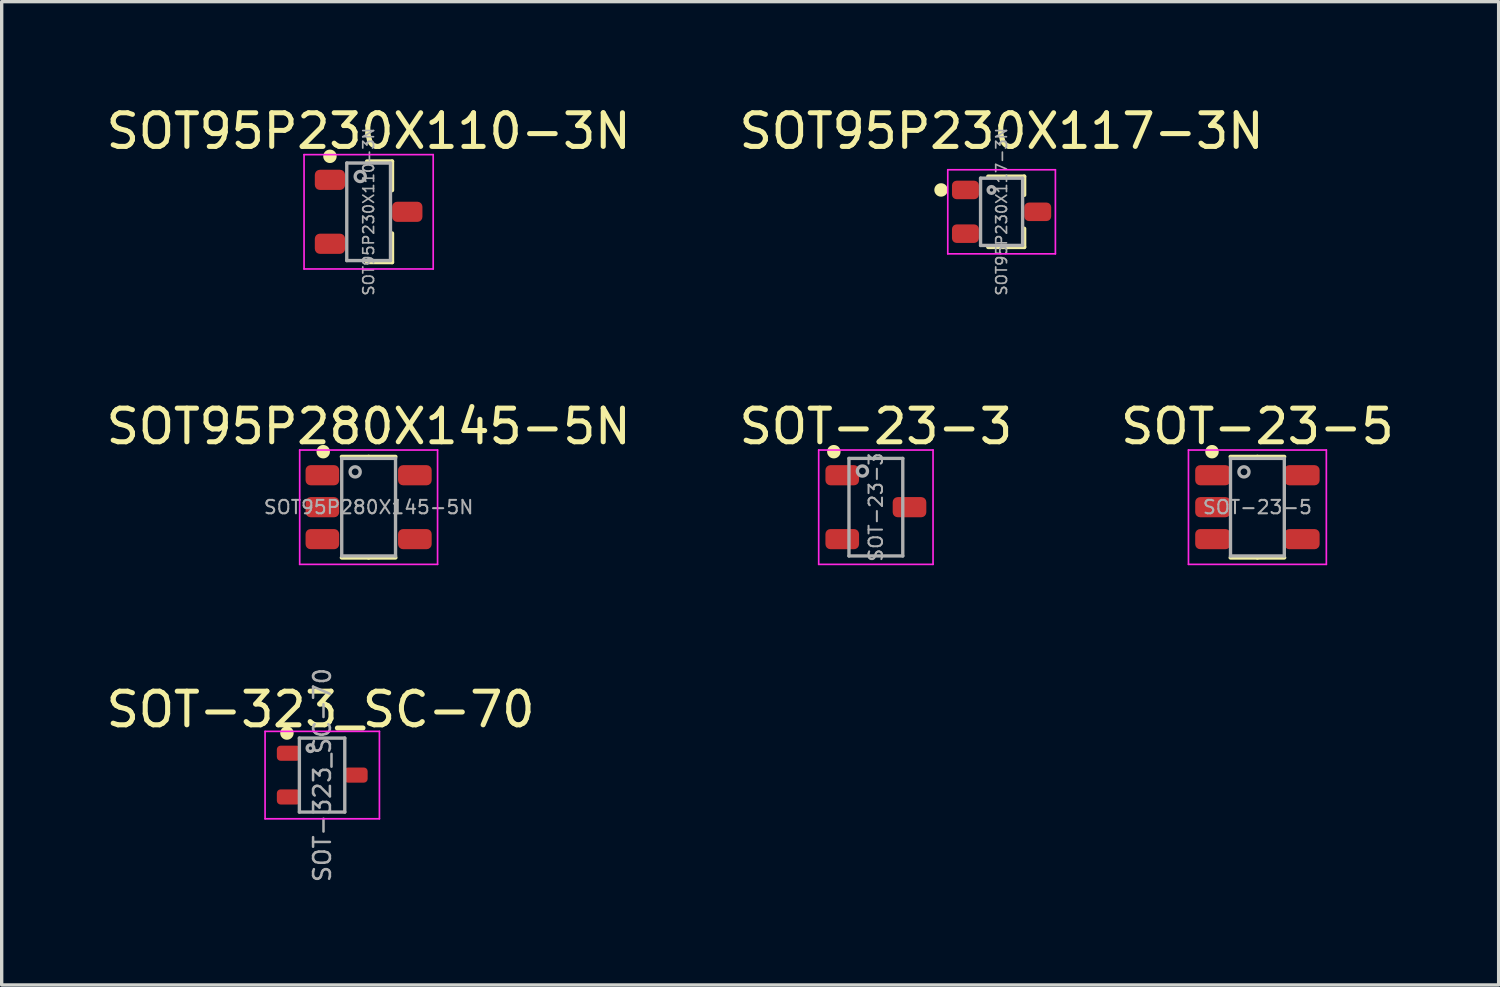
<source format=kicad_pcb>
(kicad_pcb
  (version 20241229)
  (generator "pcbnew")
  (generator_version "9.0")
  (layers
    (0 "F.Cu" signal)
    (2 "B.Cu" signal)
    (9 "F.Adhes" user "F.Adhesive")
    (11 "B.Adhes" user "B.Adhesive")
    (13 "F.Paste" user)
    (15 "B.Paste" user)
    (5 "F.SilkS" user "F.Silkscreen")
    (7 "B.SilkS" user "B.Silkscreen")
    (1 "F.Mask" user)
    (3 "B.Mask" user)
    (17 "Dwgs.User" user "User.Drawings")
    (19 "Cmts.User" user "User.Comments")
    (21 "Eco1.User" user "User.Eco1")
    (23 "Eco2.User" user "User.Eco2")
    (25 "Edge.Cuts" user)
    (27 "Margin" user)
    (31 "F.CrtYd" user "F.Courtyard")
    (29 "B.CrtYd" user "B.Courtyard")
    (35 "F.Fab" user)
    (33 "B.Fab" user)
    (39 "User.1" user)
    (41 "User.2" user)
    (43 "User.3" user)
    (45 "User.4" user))
  (footprint "SOT-323_SC-70"
    (layer "F.Cu")
    (at 6.532 19.997)
    (property "Reference" "SOT-323_SC-70" (at -0.05 -1.95 0) (layer "F.SilkS") (effects (font (size 1 1) (thickness 0.15))))
    (attr smd)
    (fp_circle (center -1.05 -1.25) (end -0.9 -1.25) (stroke (width 0.1) (type solid)) (fill yes) (layer "F.SilkS"))
    (fp_line (start -1.7 -1.3) (end 1.7 -1.3) (stroke (width 0.05) (type solid)) (layer "F.CrtYd"))
    (fp_line (start -1.7 1.3) (end -1.7 -1.3) (stroke (width 0.05) (type solid)) (layer "F.CrtYd"))
    (fp_line (start 1.7 -1.3) (end 1.7 1.3) (stroke (width 0.05) (type solid)) (layer "F.CrtYd"))
    (fp_line (start 1.7 1.3) (end -1.7 1.3) (stroke (width 0.05) (type solid)) (layer "F.CrtYd"))
    (fp_line (start -0.68 -1.1) (end -0.68 1.1) (stroke (width 0.1) (type solid)) (layer "F.Fab"))
    (fp_line (start 0.67 -1.1) (end -0.68 -1.1) (stroke (width 0.1) (type solid)) (layer "F.Fab"))
    (fp_line (start 0.67 -1.1) (end 0.67 1.1) (stroke (width 0.1) (type solid)) (layer "F.Fab"))
    (fp_line (start 0.67 1.1) (end -0.68 1.1) (stroke (width 0.1) (type solid)) (layer "F.Fab"))
    (fp_circle (center -0.35 -0.8) (end -0.25 -0.8) (stroke (width 0.1) (type solid)) (fill no) (layer "F.Fab"))
    (fp_text user "${REFERENCE}" (at 0 0 90) (layer "F.Fab") (effects (font (size 0.5 0.5) (thickness 0.075))))
    (pad "1" smd roundrect (at -1 -0.65 270) (size 0.45 0.7) (layers "F.Cu" "F.Mask" "F.Paste") (roundrect_rratio 0.25))
    (pad "2" smd roundrect (at -1 0.65 270) (size 0.45 0.7) (layers "F.Cu" "F.Mask" "F.Paste") (roundrect_rratio 0.25))
    (pad "3" smd roundrect (at 1 0 270) (size 0.45 0.7) (layers "F.Cu" "F.Mask" "F.Paste") (roundrect_rratio 0.25)))
  (footprint "SOT-23-3"
    (layer "F.Cu")
    (at 22.994 12.031)
    (property "Reference" "SOT-23-3" (at 0 -2.4 0) (layer "F.SilkS") (effects (font (size 1 1) (thickness 0.15))))
    (attr smd)
    (fp_circle (center -1.25 -1.65) (end -1.1 -1.65) (stroke (width 0.1) (type solid)) (fill yes) (layer "F.SilkS"))
    (fp_line (start -1.7 -1.7) (end -1.7 1.7) (stroke (width 0.05) (type solid)) (layer "F.CrtYd"))
    (fp_line (start -1.7 1.7) (end 1.7 1.7) (stroke (width 0.05) (type solid)) (layer "F.CrtYd"))
    (fp_line (start 1.7 -1.7) (end -1.7 -1.7) (stroke (width 0.05) (type solid)) (layer "F.CrtYd"))
    (fp_line (start 1.7 1.7) (end 1.7 -1.7) (stroke (width 0.05) (type solid)) (layer "F.CrtYd"))
    (fp_line (start -0.8 -1.45) (end 0.8 -1.45) (stroke (width 0.1) (type solid)) (layer "F.Fab"))
    (fp_line (start -0.8 1.45) (end -0.8 -1.45) (stroke (width 0.1) (type solid)) (layer "F.Fab"))
    (fp_line (start 0.8 -1.45) (end 0.8 1.45) (stroke (width 0.1) (type solid)) (layer "F.Fab"))
    (fp_line (start 0.8 1.45) (end -0.8 1.45) (stroke (width 0.1) (type solid)) (layer "F.Fab"))
    (fp_circle (center -0.4 -1.075) (end -0.25 -1.075) (stroke (width 0.1) (type solid)) (fill no) (layer "F.Fab"))
    (fp_text user "${REFERENCE}" (at 0 0 90) (layer "F.Fab") (effects (font (size 0.4 0.4) (thickness 0.06))))
    (pad "1" smd roundrect (at -1 -0.95) (size 1 0.6) (layers "F.Cu" "F.Mask" "F.Paste") (roundrect_rratio 0.25))
    (pad "2" smd roundrect (at -1 0.95) (size 1 0.6) (layers "F.Cu" "F.Mask" "F.Paste") (roundrect_rratio 0.25))
    (pad "3" smd roundrect (at 1 0) (size 1 0.6) (layers "F.Cu" "F.Mask" "F.Paste") (roundrect_rratio 0.25)))
  (footprint "SOT95P230X110-3N"
    (layer "F.Cu")
    (at 7.911 3.248)
    (property "Reference" "SOT95P230X110-3N" (at 0 -2.4 0) (layer "F.SilkS") (effects (font (size 1 1) (thickness 0.15))))
    (attr smd)
    (fp_line (start -0.05 -1.5) (end 0.7 -1.5) (stroke (width 0.12) (type solid)) (layer "F.SilkS"))
    (fp_line (start -0.05 1.5) (end 0.7 1.5) (stroke (width 0.12) (type solid)) (layer "F.SilkS"))
    (fp_line (start 0.7 -0.64) (end 0.7 -1.5) (stroke (width 0.12) (type solid)) (layer "F.SilkS"))
    (fp_line (start 0.7 0.64) (end 0.7 1.5) (stroke (width 0.12) (type solid)) (layer "F.SilkS"))
    (fp_circle (center -1.15 -1.65) (end -1 -1.65) (stroke (width 0.1) (type solid)) (fill yes) (layer "F.SilkS"))
    (fp_line (start -1.92 -1.7) (end -1.92 1.7) (stroke (width 0.05) (type solid)) (layer "F.CrtYd"))
    (fp_line (start -1.92 1.7) (end 1.92 1.7) (stroke (width 0.05) (type solid)) (layer "F.CrtYd"))
    (fp_line (start 1.92 -1.7) (end -1.92 -1.7) (stroke (width 0.05) (type solid)) (layer "F.CrtYd"))
    (fp_line (start 1.92 1.7) (end 1.92 -1.7) (stroke (width 0.05) (type solid)) (layer "F.CrtYd"))
    (fp_line (start -0.65 -1.45) (end 0.65 -1.45) (stroke (width 0.1) (type solid)) (layer "F.Fab"))
    (fp_line (start -0.65 1.45) (end -0.65 -1.45) (stroke (width 0.1) (type solid)) (layer "F.Fab"))
    (fp_line (start 0.65 -1.45) (end 0.65 1.45) (stroke (width 0.1) (type solid)) (layer "F.Fab"))
    (fp_line (start 0.65 1.45) (end -0.65 1.45) (stroke (width 0.1) (type solid)) (layer "F.Fab"))
    (fp_circle (center -0.25 -1.05) (end -0.1 -1.05) (stroke (width 0.1) (type solid)) (fill no) (layer "F.Fab"))
    (fp_text user "${REFERENCE}" (at 0 0 90) (layer "F.Fab") (effects (font (size 0.32 0.32) (thickness 0.05))))
    (pad "1" smd roundrect (at -1.15 -0.95) (size 0.9 0.6) (layers "F.Cu" "F.Mask" "F.Paste") (roundrect_rratio 0.25))
    (pad "2" smd roundrect (at -1.15 0.95) (size 0.9 0.6) (layers "F.Cu" "F.Mask" "F.Paste") (roundrect_rratio 0.25))
    (pad "3" smd roundrect (at 1.15 0) (size 0.9 0.6) (layers "F.Cu" "F.Mask" "F.Paste") (roundrect_rratio 0.25)))
  (footprint "SOT95P280X145-5N"
    (layer "F.Cu")
    (at 7.911 12.031)
    (property "Reference" "SOT95P280X145-5N" (at 0 -2.4 0) (layer "F.SilkS") (effects (font (size 1 1) (thickness 0.15))))
    (attr smd)
    (fp_line (start 0 -1.5) (end -0.8 -1.5) (stroke (width 0.12) (type solid)) (layer "F.SilkS"))
    (fp_line (start 0 -1.5) (end 0.8 -1.5) (stroke (width 0.12) (type solid)) (layer "F.SilkS"))
    (fp_line (start 0 1.5) (end -0.8 1.5) (stroke (width 0.12) (type solid)) (layer "F.SilkS"))
    (fp_line (start 0 1.5) (end 0.8 1.5) (stroke (width 0.12) (type solid)) (layer "F.SilkS"))
    (fp_circle (center -1.35 -1.65) (end -1.2 -1.65) (stroke (width 0.1) (type solid)) (fill yes) (layer "F.SilkS"))
    (fp_line (start -2.05 -1.7) (end -2.05 1.7) (stroke (width 0.05) (type solid)) (layer "F.CrtYd"))
    (fp_line (start -2.05 1.7) (end 2.05 1.7) (stroke (width 0.05) (type solid)) (layer "F.CrtYd"))
    (fp_line (start 2.05 -1.7) (end -2.05 -1.7) (stroke (width 0.05) (type solid)) (layer "F.CrtYd"))
    (fp_line (start 2.05 1.7) (end 2.05 -1.7) (stroke (width 0.05) (type solid)) (layer "F.CrtYd"))
    (fp_line (start -0.8 -1.45) (end 0.8 -1.45) (stroke (width 0.1) (type solid)) (layer "F.Fab"))
    (fp_line (start -0.8 1.45) (end -0.8 -1.45) (stroke (width 0.1) (type solid)) (layer "F.Fab"))
    (fp_line (start 0.8 -1.45) (end 0.8 1.45) (stroke (width 0.1) (type solid)) (layer "F.Fab"))
    (fp_line (start 0.8 1.45) (end -0.8 1.45) (stroke (width 0.1) (type solid)) (layer "F.Fab"))
    (fp_circle (center -0.4 -1.05) (end -0.25 -1.05) (stroke (width 0.1) (type solid)) (fill no) (layer "F.Fab"))
    (fp_text user "${REFERENCE}" (at 0 0 0) (layer "F.Fab") (effects (font (size 0.4 0.4) (thickness 0.06))))
    (pad "1" smd roundrect (at -1.375 -0.95) (size 1 0.6) (layers "F.Cu" "F.Mask" "F.Paste") (roundrect_rratio 0.25))
    (pad "2" smd roundrect (at -1.375 0) (size 1 0.6) (layers "F.Cu" "F.Mask" "F.Paste") (roundrect_rratio 0.25))
    (pad "3" smd roundrect (at -1.375 0.95) (size 1 0.6) (layers "F.Cu" "F.Mask" "F.Paste") (roundrect_rratio 0.25))
    (pad "4" smd roundrect (at 1.375 0.95) (size 1 0.6) (layers "F.Cu" "F.Mask" "F.Paste") (roundrect_rratio 0.25))
    (pad "5" smd roundrect (at 1.375 -0.95) (size 1 0.6) (layers "F.Cu" "F.Mask" "F.Paste") (roundrect_rratio 0.25)))
  (footprint "SOT95P230X117-3N"
    (layer "F.Cu")
    (at 26.732 3.248)
    (property "Reference" "SOT95P230X117-3N" (at 0 -2.4 0) (layer "F.SilkS") (effects (font (size 1 1) (thickness 0.15))))
    (attr smd)
    (fp_line (start -0.4 -1.05) (end 0.675 -1.05) (stroke (width 0.12) (type solid)) (layer "F.SilkS"))
    (fp_line (start -0.4 1.05) (end 0.675 1.05) (stroke (width 0.12) (type solid)) (layer "F.SilkS"))
    (fp_line (start 0.675 -0.5) (end 0.675 -1.05) (stroke (width 0.12) (type solid)) (layer "F.SilkS"))
    (fp_line (start 0.675 1.05) (end 0.675 0.5) (stroke (width 0.12) (type solid)) (layer "F.SilkS"))
    (fp_circle (center -1.8 -0.65) (end -1.65 -0.65) (stroke (width 0.1) (type solid)) (fill yes) (layer "F.SilkS"))
    (fp_line (start -1.6 -1.25) (end -1.6 1.25) (stroke (width 0.05) (type solid)) (layer "F.CrtYd"))
    (fp_line (start -1.6 1.25) (end 1.6 1.25) (stroke (width 0.05) (type solid)) (layer "F.CrtYd"))
    (fp_line (start 1.6 -1.25) (end -1.6 -1.25) (stroke (width 0.05) (type solid)) (layer "F.CrtYd"))
    (fp_line (start 1.6 1.25) (end 1.6 -1.25) (stroke (width 0.05) (type solid)) (layer "F.CrtYd"))
    (fp_line (start -0.625 -1) (end 0.625 -1) (stroke (width 0.1) (type solid)) (layer "F.Fab"))
    (fp_line (start -0.625 1) (end -0.625 -1) (stroke (width 0.1) (type solid)) (layer "F.Fab"))
    (fp_line (start 0.625 -1) (end 0.625 1) (stroke (width 0.1) (type solid)) (layer "F.Fab"))
    (fp_line (start 0.625 1) (end -0.625 1) (stroke (width 0.1) (type solid)) (layer "F.Fab"))
    (fp_circle (center -0.3 -0.65) (end -0.2 -0.65) (stroke (width 0.1) (type solid)) (fill no) (layer "F.Fab"))
    (fp_text user "${REFERENCE}" (at 0 0 90) (layer "F.Fab") (effects (font (size 0.32 0.32) (thickness 0.05))))
    (pad "1" smd roundrect (at -1.075 -0.65) (size 0.8 0.55) (layers "F.Cu" "F.Mask" "F.Paste") (roundrect_rratio 0.25))
    (pad "2" smd roundrect (at -1.075 0.65) (size 0.8 0.55) (layers "F.Cu" "F.Mask" "F.Paste") (roundrect_rratio 0.25))
    (pad "3" smd roundrect (at 1.075 0) (size 0.8 0.55) (layers "F.Cu" "F.Mask" "F.Paste") (roundrect_rratio 0.25)))
  (footprint "SOT-23-5"
    (layer "F.Cu")
    (at 34.339 12.031)
    (property "Reference" "SOT-23-5" (at 0 -2.4 0) (layer "F.SilkS") (effects (font (size 1 1) (thickness 0.15))))
    (attr smd)
    (fp_line (start 0 -1.5) (end -0.8 -1.5) (stroke (width 0.12) (type solid)) (layer "F.SilkS"))
    (fp_line (start 0 -1.5) (end 0.8 -1.5) (stroke (width 0.12) (type solid)) (layer "F.SilkS"))
    (fp_line (start 0 1.5) (end -0.8 1.5) (stroke (width 0.12) (type solid)) (layer "F.SilkS"))
    (fp_line (start 0 1.5) (end 0.8 1.5) (stroke (width 0.12) (type solid)) (layer "F.SilkS"))
    (fp_circle (center -1.35 -1.65) (end -1.2 -1.65) (stroke (width 0.1) (type solid)) (fill yes) (layer "F.SilkS"))
    (fp_line (start -2.05 -1.7) (end -2.05 1.7) (stroke (width 0.05) (type solid)) (layer "F.CrtYd"))
    (fp_line (start -2.05 1.7) (end 2.05 1.7) (stroke (width 0.05) (type solid)) (layer "F.CrtYd"))
    (fp_line (start 2.05 -1.7) (end -2.05 -1.7) (stroke (width 0.05) (type solid)) (layer "F.CrtYd"))
    (fp_line (start 2.05 1.7) (end 2.05 -1.7) (stroke (width 0.05) (type solid)) (layer "F.CrtYd"))
    (fp_line (start -0.8 -1.45) (end 0.8 -1.45) (stroke (width 0.1) (type solid)) (layer "F.Fab"))
    (fp_line (start -0.8 1.45) (end -0.8 -1.45) (stroke (width 0.1) (type solid)) (layer "F.Fab"))
    (fp_line (start 0.8 -1.45) (end 0.8 1.45) (stroke (width 0.1) (type solid)) (layer "F.Fab"))
    (fp_line (start 0.8 1.45) (end -0.8 1.45) (stroke (width 0.1) (type solid)) (layer "F.Fab"))
    (fp_circle (center -0.4 -1.05) (end -0.25 -1.05) (stroke (width 0.1) (type solid)) (fill no) (layer "F.Fab"))
    (fp_text user "${REFERENCE}" (at 0 0 0) (layer "F.Fab") (effects (font (size 0.4 0.4) (thickness 0.06))))
    (pad "1" smd roundrect (at -1.325 -0.95) (size 1.05 0.6) (layers "F.Cu" "F.Mask" "F.Paste") (roundrect_rratio 0.25))
    (pad "2" smd roundrect (at -1.325 0) (size 1.05 0.6) (layers "F.Cu" "F.Mask" "F.Paste") (roundrect_rratio 0.25))
    (pad "3" smd roundrect (at -1.325 0.95) (size 1.05 0.6) (layers "F.Cu" "F.Mask" "F.Paste") (roundrect_rratio 0.25))
    (pad "4" smd roundrect (at 1.325 0.95) (size 1.05 0.6) (layers "F.Cu" "F.Mask" "F.Paste") (roundrect_rratio 0.25))
    (pad "5" smd roundrect (at 1.325 -0.95) (size 1.05 0.6) (layers "F.Cu" "F.Mask" "F.Paste") (roundrect_rratio 0.25)))
  (gr_rect
    (start -3 -3)
    (end 41.512 26.238)
    (stroke (width 0.1) (type default))
    (fill no)
    (layer "Edge.Cuts")))
</source>
